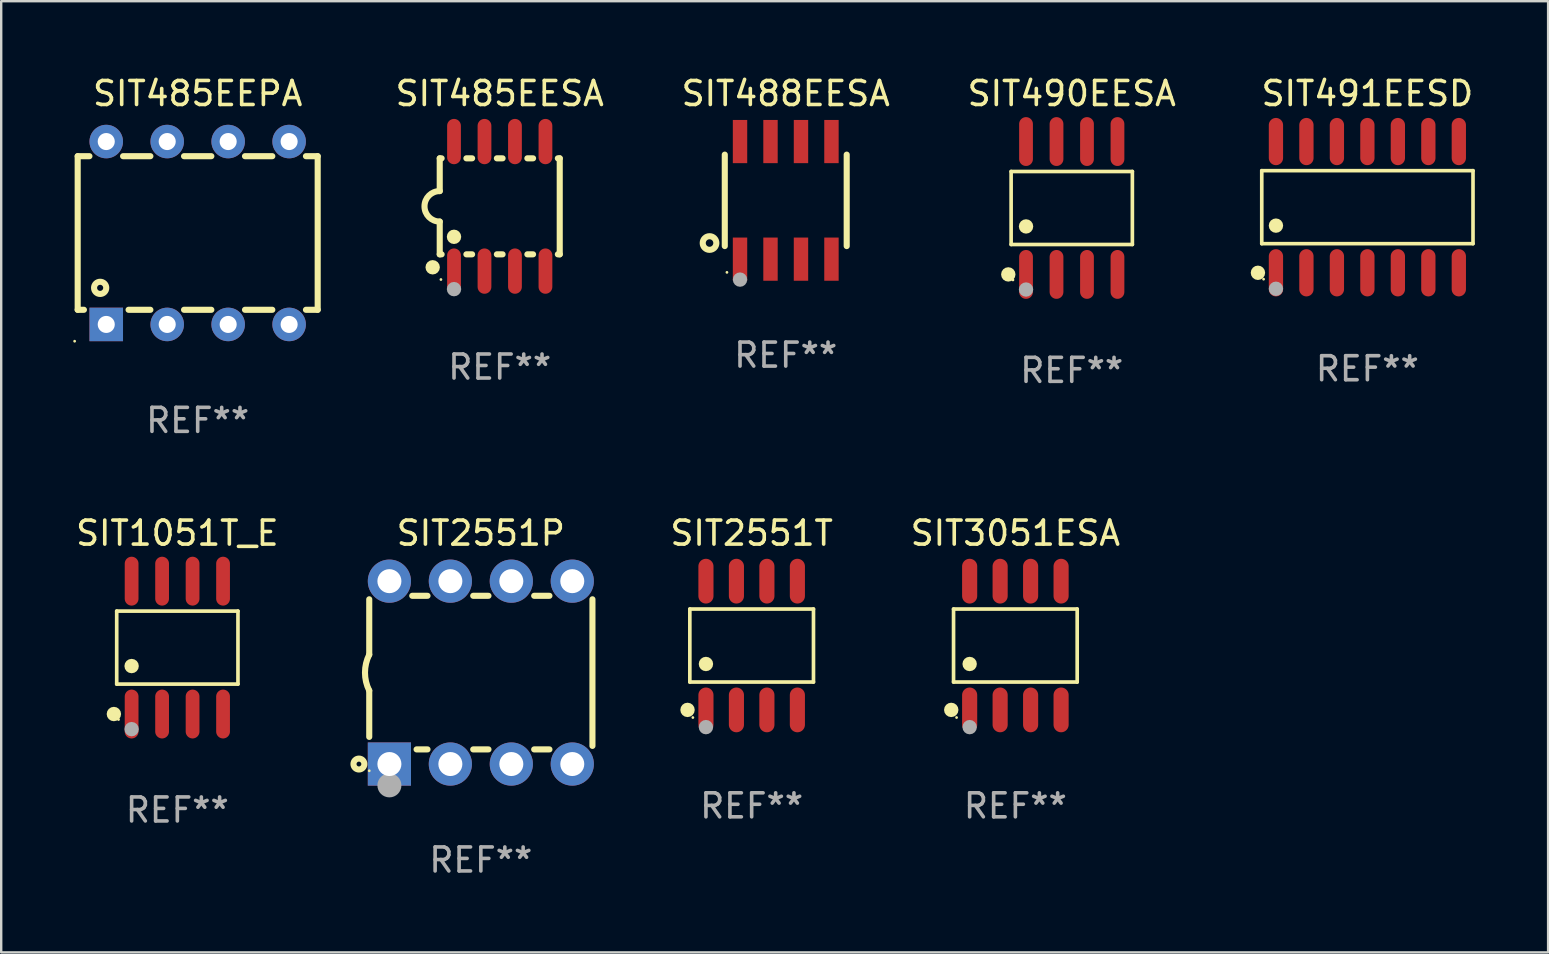
<source format=kicad_pcb>
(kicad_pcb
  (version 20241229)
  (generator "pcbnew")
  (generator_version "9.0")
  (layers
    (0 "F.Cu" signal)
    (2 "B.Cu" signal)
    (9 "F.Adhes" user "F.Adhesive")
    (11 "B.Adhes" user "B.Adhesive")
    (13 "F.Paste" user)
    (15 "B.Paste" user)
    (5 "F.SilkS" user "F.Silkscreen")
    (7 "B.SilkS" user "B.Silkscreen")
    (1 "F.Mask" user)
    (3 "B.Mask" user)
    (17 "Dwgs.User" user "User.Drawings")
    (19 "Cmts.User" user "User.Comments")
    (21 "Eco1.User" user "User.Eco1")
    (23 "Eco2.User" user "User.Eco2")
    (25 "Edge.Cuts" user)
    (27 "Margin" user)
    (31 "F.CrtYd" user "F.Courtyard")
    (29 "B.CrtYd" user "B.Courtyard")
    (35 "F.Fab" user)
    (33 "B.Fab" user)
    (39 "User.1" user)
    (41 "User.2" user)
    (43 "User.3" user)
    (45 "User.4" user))
  (footprint "SIT491EESD"
    (layer "F.Cu")
    (at 53.924 5.582)
    (property "Reference" "SIT491EESD" (at 0 -4.734 0) (layer "F.SilkS") (effects (font (size 1 1) (thickness 0.15))))
    (attr through_hole)
    (fp_line (start -4.401 -1.521) (end 4.401 -1.521) (stroke (width 0.152) (type solid)) (layer "F.SilkS"))
    (fp_line (start -4.401 1.521) (end -4.401 -1.521) (stroke (width 0.152) (type solid)) (layer "F.SilkS"))
    (fp_line (start 4.401 -1.521) (end 4.401 1.521) (stroke (width 0.152) (type solid)) (layer "F.SilkS"))
    (fp_line (start 4.401 1.521) (end -4.401 1.521) (stroke (width 0.152) (type solid)) (layer "F.SilkS"))
    (fp_circle (center -4.56 2.734) (end -4.41 2.734) (stroke (width 0.3) (type solid)) (fill no) (layer "F.SilkS"))
    (fp_circle (center -4.325 3) (end -4.295 3) (stroke (width 0.06) (type solid)) (fill no) (layer "F.SilkS"))
    (fp_circle (center -3.81 0.769) (end -3.66 0.769) (stroke (width 0.3) (type solid)) (fill no) (layer "F.SilkS"))
    (fp_circle (center -3.81 3.4) (end -3.66 3.4) (stroke (width 0.3) (type solid)) (fill no) (layer "F.Fab"))
    (fp_text user "REF**" (at 0 6.734 0) (layer "F.Fab") (effects (font (size 1 1) (thickness 0.15))))
    (pad "1" smd oval (at -3.81 2.734) (size 0.595 1.968) (layers "F.Cu" "F.Mask" "F.Paste"))
    (pad "2" smd oval (at -2.54 2.734) (size 0.595 1.968) (layers "F.Cu" "F.Mask" "F.Paste"))
    (pad "3" smd oval (at -1.27 2.734) (size 0.595 1.968) (layers "F.Cu" "F.Mask" "F.Paste"))
    (pad "4" smd oval (at 0 2.734) (size 0.595 1.968) (layers "F.Cu" "F.Mask" "F.Paste"))
    (pad "5" smd oval (at 1.27 2.734) (size 0.595 1.968) (layers "F.Cu" "F.Mask" "F.Paste"))
    (pad "6" smd oval (at 2.54 2.734) (size 0.595 1.968) (layers "F.Cu" "F.Mask" "F.Paste"))
    (pad "7" smd oval (at 3.81 2.734) (size 0.595 1.968) (layers "F.Cu" "F.Mask" "F.Paste"))
    (pad "8" smd oval (at 3.81 -2.734) (size 0.595 1.968) (layers "F.Cu" "F.Mask" "F.Paste"))
    (pad "9" smd oval (at 2.54 -2.734) (size 0.595 1.968) (layers "F.Cu" "F.Mask" "F.Paste"))
    (pad "10" smd oval (at 1.27 -2.734) (size 0.595 1.968) (layers "F.Cu" "F.Mask" "F.Paste"))
    (pad "11" smd oval (at 0 -2.734) (size 0.595 1.968) (layers "F.Cu" "F.Mask" "F.Paste"))
    (pad "12" smd oval (at -1.27 -2.734) (size 0.595 1.968) (layers "F.Cu" "F.Mask" "F.Paste"))
    (pad "13" smd oval (at -2.54 -2.734) (size 0.595 1.968) (layers "F.Cu" "F.Mask" "F.Paste"))
    (pad "14" smd oval (at -3.81 -2.734) (size 0.595 1.968) (layers "F.Cu" "F.Mask" "F.Paste")))
  (footprint "SIT3051ESA"
    (layer "F.Cu")
    (at 39.257 23.847)
    (property "Reference" "SIT3051ESA" (at 0 -4.682 0) (layer "F.SilkS") (effects (font (size 1 1) (thickness 0.15))))
    (attr through_hole)
    (fp_line (start -2.576 -1.521) (end 2.576 -1.521) (stroke (width 0.152) (type solid)) (layer "F.SilkS"))
    (fp_line (start -2.576 1.521) (end -2.576 -1.521) (stroke (width 0.152) (type solid)) (layer "F.SilkS"))
    (fp_line (start 2.576 -1.521) (end 2.576 1.521) (stroke (width 0.152) (type solid)) (layer "F.SilkS"))
    (fp_line (start 2.576 1.521) (end -2.576 1.521) (stroke (width 0.152) (type solid)) (layer "F.SilkS"))
    (fp_circle (center -2.672 2.682) (end -2.522 2.682) (stroke (width 0.3) (type solid)) (fill no) (layer "F.SilkS"))
    (fp_circle (center -2.45 3) (end -2.42 3) (stroke (width 0.06) (type solid)) (fill no) (layer "F.SilkS"))
    (fp_circle (center -1.905 0.769) (end -1.755 0.769) (stroke (width 0.3) (type solid)) (fill no) (layer "F.SilkS"))
    (fp_circle (center -1.905 3.4) (end -1.755 3.4) (stroke (width 0.3) (type solid)) (fill no) (layer "F.Fab"))
    (fp_text user "REF**" (at 0 6.682 0) (layer "F.Fab") (effects (font (size 1 1) (thickness 0.15))))
    (pad "1" smd oval (at -1.905 2.682) (size 0.63 1.865) (layers "F.Cu" "F.Mask" "F.Paste"))
    (pad "2" smd oval (at -0.635 2.682) (size 0.63 1.865) (layers "F.Cu" "F.Mask" "F.Paste"))
    (pad "3" smd oval (at 0.635 2.682) (size 0.63 1.865) (layers "F.Cu" "F.Mask" "F.Paste"))
    (pad "4" smd oval (at 1.905 2.682) (size 0.63 1.865) (layers "F.Cu" "F.Mask" "F.Paste"))
    (pad "5" smd oval (at 1.905 -2.682) (size 0.63 1.865) (layers "F.Cu" "F.Mask" "F.Paste"))
    (pad "6" smd oval (at 0.635 -2.682) (size 0.63 1.865) (layers "F.Cu" "F.Mask" "F.Paste"))
    (pad "7" smd oval (at -0.635 -2.682) (size 0.63 1.865) (layers "F.Cu" "F.Mask" "F.Paste"))
    (pad "8" smd oval (at -1.905 -2.682) (size 0.63 1.865) (layers "F.Cu" "F.Mask" "F.Paste")))
  (footprint "SIT2551T"
    (layer "F.Cu")
    (at 28.269 23.847)
    (property "Reference" "SIT2551T" (at 0 -4.682 0) (layer "F.SilkS") (effects (font (size 1 1) (thickness 0.15))))
    (attr through_hole)
    (fp_line (start -2.576 -1.521) (end 2.576 -1.521) (stroke (width 0.152) (type solid)) (layer "F.SilkS"))
    (fp_line (start -2.576 1.521) (end -2.576 -1.521) (stroke (width 0.152) (type solid)) (layer "F.SilkS"))
    (fp_line (start 2.576 -1.521) (end 2.576 1.521) (stroke (width 0.152) (type solid)) (layer "F.SilkS"))
    (fp_line (start 2.576 1.521) (end -2.576 1.521) (stroke (width 0.152) (type solid)) (layer "F.SilkS"))
    (fp_circle (center -2.672 2.682) (end -2.522 2.682) (stroke (width 0.3) (type solid)) (fill no) (layer "F.SilkS"))
    (fp_circle (center -2.45 3) (end -2.42 3) (stroke (width 0.06) (type solid)) (fill no) (layer "F.SilkS"))
    (fp_circle (center -1.905 0.769) (end -1.755 0.769) (stroke (width 0.3) (type solid)) (fill no) (layer "F.SilkS"))
    (fp_circle (center -1.905 3.4) (end -1.755 3.4) (stroke (width 0.3) (type solid)) (fill no) (layer "F.Fab"))
    (fp_text user "REF**" (at 0 6.682 0) (layer "F.Fab") (effects (font (size 1 1) (thickness 0.15))))
    (pad "1" smd oval (at -1.905 2.682) (size 0.63 1.865) (layers "F.Cu" "F.Mask" "F.Paste"))
    (pad "2" smd oval (at -0.635 2.682) (size 0.63 1.865) (layers "F.Cu" "F.Mask" "F.Paste"))
    (pad "3" smd oval (at 0.635 2.682) (size 0.63 1.865) (layers "F.Cu" "F.Mask" "F.Paste"))
    (pad "4" smd oval (at 1.905 2.682) (size 0.63 1.865) (layers "F.Cu" "F.Mask" "F.Paste"))
    (pad "5" smd oval (at 1.905 -2.682) (size 0.63 1.865) (layers "F.Cu" "F.Mask" "F.Paste"))
    (pad "6" smd oval (at 0.635 -2.682) (size 0.63 1.865) (layers "F.Cu" "F.Mask" "F.Paste"))
    (pad "7" smd oval (at -0.635 -2.682) (size 0.63 1.865) (layers "F.Cu" "F.Mask" "F.Paste"))
    (pad "8" smd oval (at -1.905 -2.682) (size 0.63 1.865) (layers "F.Cu" "F.Mask" "F.Paste")))
  (footprint "SIT490EESA"
    (layer "F.Cu")
    (at 41.606 5.616)
    (property "Reference" "SIT490EESA" (at 0 -4.768 0) (layer "F.SilkS") (effects (font (size 1 1) (thickness 0.15))))
    (attr through_hole)
    (fp_line (start -2.526 -1.521) (end 2.526 -1.521) (stroke (width 0.152) (type solid)) (layer "F.SilkS"))
    (fp_line (start -2.526 1.521) (end -2.526 -1.521) (stroke (width 0.152) (type solid)) (layer "F.SilkS"))
    (fp_line (start 2.526 -1.521) (end 2.526 1.521) (stroke (width 0.152) (type solid)) (layer "F.SilkS"))
    (fp_line (start 2.526 1.521) (end -2.526 1.521) (stroke (width 0.152) (type solid)) (layer "F.SilkS"))
    (fp_circle (center -2.644 2.768) (end -2.494 2.768) (stroke (width 0.3) (type solid)) (fill no) (layer "F.SilkS"))
    (fp_circle (center -2.45 2.998) (end -2.42 2.998) (stroke (width 0.06) (type solid)) (fill no) (layer "F.SilkS"))
    (fp_circle (center -1.905 0.769) (end -1.755 0.769) (stroke (width 0.3) (type solid)) (fill no) (layer "F.SilkS"))
    (fp_circle (center -1.905 3.398) (end -1.755 3.398) (stroke (width 0.3) (type solid)) (fill no) (layer "F.Fab"))
    (fp_text user "REF**" (at 0 6.768 0) (layer "F.Fab") (effects (font (size 1 1) (thickness 0.15))))
    (pad "1" smd oval (at -1.905 2.768) (size 0.574 2.036) (layers "F.Cu" "F.Mask" "F.Paste"))
    (pad "2" smd oval (at -0.635 2.768) (size 0.574 2.036) (layers "F.Cu" "F.Mask" "F.Paste"))
    (pad "3" smd oval (at 0.635 2.768) (size 0.574 2.036) (layers "F.Cu" "F.Mask" "F.Paste"))
    (pad "4" smd oval (at 1.905 2.768) (size 0.574 2.036) (layers "F.Cu" "F.Mask" "F.Paste"))
    (pad "5" smd oval (at 1.905 -2.768) (size 0.574 2.036) (layers "F.Cu" "F.Mask" "F.Paste"))
    (pad "6" smd oval (at 0.635 -2.768) (size 0.574 2.036) (layers "F.Cu" "F.Mask" "F.Paste"))
    (pad "7" smd oval (at -0.635 -2.768) (size 0.574 2.036) (layers "F.Cu" "F.Mask" "F.Paste"))
    (pad "8" smd oval (at -1.905 -2.768) (size 0.574 2.036) (layers "F.Cu" "F.Mask" "F.Paste")))
  (footprint "SIT488EESA"
    (layer "F.Cu")
    (at 29.689 5.298)
    (property "Reference" "SIT488EESA" (at 0 -4.45 0) (layer "F.SilkS") (effects (font (size 1 1) (thickness 0.15))))
    (attr through_hole)
    (fp_line (start -2.54 -1.905) (end -2.54 1.905) (stroke (width 0.254) (type solid)) (layer "F.SilkS"))
    (fp_line (start 2.54 -1.905) (end 2.54 1.905) (stroke (width 0.254) (type solid)) (layer "F.SilkS"))
    (fp_circle (center -3.175 1.778) (end -2.891 1.778) (stroke (width 0.254) (type solid)) (fill no) (layer "F.SilkS"))
    (fp_circle (center -2.45 3) (end -2.42 3) (stroke (width 0.06) (type solid)) (fill no) (layer "F.SilkS"))
    (fp_circle (center -1.905 3.302) (end -1.755 3.302) (stroke (width 0.3) (type solid)) (fill no) (layer "F.Fab"))
    (fp_text user "REF**" (at 0 6.45 0) (layer "F.Fab") (effects (font (size 1 1) (thickness 0.15))))
    (pad "1" smd rect (at -1.905 2.45) (size 0.6 1.8) (layers "F.Cu" "F.Mask" "F.Paste"))
    (pad "2" smd rect (at -0.635 2.45) (size 0.6 1.8) (layers "F.Cu" "F.Mask" "F.Paste"))
    (pad "3" smd rect (at 0.635 2.45) (size 0.6 1.8) (layers "F.Cu" "F.Mask" "F.Paste"))
    (pad "4" smd rect (at 1.905 2.45) (size 0.6 1.8) (layers "F.Cu" "F.Mask" "F.Paste"))
    (pad "5" smd rect (at 1.905 -2.45 180) (size 0.6 1.8) (layers "F.Cu" "F.Mask" "F.Paste"))
    (pad "6" smd rect (at 0.635 -2.45 180) (size 0.6 1.8) (layers "F.Cu" "F.Mask" "F.Paste"))
    (pad "7" smd rect (at -0.635 -2.45 180) (size 0.6 1.8) (layers "F.Cu" "F.Mask" "F.Paste"))
    (pad "8" smd rect (at -1.905 -2.45 180) (size 0.6 1.8) (layers "F.Cu" "F.Mask" "F.Paste")))
  (footprint "SIT1051T_E"
    (layer "F.Cu")
    (at 4.339 23.933)
    (property "Reference" "SIT1051T_E" (at 0 -4.768 0) (layer "F.SilkS") (effects (font (size 1 1) (thickness 0.15))))
    (attr through_hole)
    (fp_line (start -2.526 -1.521) (end 2.526 -1.521) (stroke (width 0.152) (type solid)) (layer "F.SilkS"))
    (fp_line (start -2.526 1.521) (end -2.526 -1.521) (stroke (width 0.152) (type solid)) (layer "F.SilkS"))
    (fp_line (start 2.526 -1.521) (end 2.526 1.521) (stroke (width 0.152) (type solid)) (layer "F.SilkS"))
    (fp_line (start 2.526 1.521) (end -2.526 1.521) (stroke (width 0.152) (type solid)) (layer "F.SilkS"))
    (fp_circle (center -2.644 2.768) (end -2.494 2.768) (stroke (width 0.3) (type solid)) (fill no) (layer "F.SilkS"))
    (fp_circle (center -2.45 2.998) (end -2.42 2.998) (stroke (width 0.06) (type solid)) (fill no) (layer "F.SilkS"))
    (fp_circle (center -1.905 0.769) (end -1.755 0.769) (stroke (width 0.3) (type solid)) (fill no) (layer "F.SilkS"))
    (fp_circle (center -1.905 3.398) (end -1.755 3.398) (stroke (width 0.3) (type solid)) (fill no) (layer "F.Fab"))
    (fp_text user "REF**" (at 0 6.768 0) (layer "F.Fab") (effects (font (size 1 1) (thickness 0.15))))
    (pad "1" smd oval (at -1.905 2.768) (size 0.574 2.036) (layers "F.Cu" "F.Mask" "F.Paste"))
    (pad "2" smd oval (at -0.635 2.768) (size 0.574 2.036) (layers "F.Cu" "F.Mask" "F.Paste"))
    (pad "3" smd oval (at 0.635 2.768) (size 0.574 2.036) (layers "F.Cu" "F.Mask" "F.Paste"))
    (pad "4" smd oval (at 1.905 2.768) (size 0.574 2.036) (layers "F.Cu" "F.Mask" "F.Paste"))
    (pad "5" smd oval (at 1.905 -2.768) (size 0.574 2.036) (layers "F.Cu" "F.Mask" "F.Paste"))
    (pad "6" smd oval (at 0.635 -2.768) (size 0.574 2.036) (layers "F.Cu" "F.Mask" "F.Paste"))
    (pad "7" smd oval (at -0.635 -2.768) (size 0.574 2.036) (layers "F.Cu" "F.Mask" "F.Paste"))
    (pad "8" smd oval (at -1.905 -2.768) (size 0.574 2.036) (layers "F.Cu" "F.Mask" "F.Paste")))
  (footprint "SIT2551P"
    (layer "F.Cu")
    (at 16.985 24.975)
    (property "Reference" "SIT2551P" (at 0 -5.81 0) (layer "F.SilkS") (effects (font (size 1 1) (thickness 0.15))))
    (attr through_hole)
    (fp_line (start -4.65 0.749) (end -4.65 2.679) (stroke (width 0.254) (type solid)) (layer "F.SilkS"))
    (fp_line (start -4.65 -0.75) (end -4.65 -3.054) (stroke (width 0.254) (type solid)) (layer "F.SilkS"))
    (fp_line (start -2.222 -3.2) (end -2.858 -3.2) (stroke (width 0.254) (type solid)) (layer "F.SilkS"))
    (fp_line (start -2.222 3.2) (end -2.678 3.2) (stroke (width 0.254) (type solid)) (layer "F.SilkS"))
    (fp_line (start 0.318 -3.2) (end -0.318 -3.2) (stroke (width 0.254) (type solid)) (layer "F.SilkS"))
    (fp_line (start 0.318 3.2) (end -0.318 3.2) (stroke (width 0.254) (type solid)) (layer "F.SilkS"))
    (fp_line (start 2.858 -3.2) (end 2.222 -3.2) (stroke (width 0.254) (type solid)) (layer "F.SilkS"))
    (fp_line (start 2.858 3.2) (end 2.222 3.2) (stroke (width 0.254) (type solid)) (layer "F.SilkS"))
    (fp_line (start 4.65 -3.054) (end 4.65 3.054) (stroke (width 0.254) (type solid)) (layer "F.SilkS"))
    (fp_arc (start -4.650381 0.749301) (mid -4.827099 -0.000443) (end -4.649644 -0.750013) (stroke (width 0.254001) (type solid)) (layer "F.SilkS"))
    (fp_circle (center -5.08 3.81) (end -4.98 3.81) (stroke (width 0.254) (type solid)) (fill no) (layer "F.SilkS"))
    (fp_circle (center -4.65 4.09) (end -4.62 4.09) (stroke (width 0.06) (type solid)) (fill no) (layer "F.SilkS"))
    (fp_circle (center -3.81 4.699) (end -3.56 4.699) (stroke (width 0.5) (type solid)) (fill no) (layer "F.Fab"))
    (fp_text user "REF**" (at 0 7.81 0) (layer "F.Fab") (effects (font (size 1 1) (thickness 0.15))))
    (pad "1" thru_hole rect (at -3.81 3.81) (size 1.8 1.8) (drill 1) (layers "*.Cu" "*.Mask"))
    (pad "2" thru_hole circle (at -1.27 3.81) (size 1.8 1.8) (drill 1) (layers "*.Cu" "*.Mask"))
    (pad "3" thru_hole circle (at 1.27 3.81) (size 1.8 1.8) (drill 1) (layers "*.Cu" "*.Mask"))
    (pad "4" thru_hole circle (at 3.81 3.81) (size 1.8 1.8) (drill 1) (layers "*.Cu" "*.Mask"))
    (pad "5" thru_hole circle (at 3.81 -3.81) (size 1.8 1.8) (drill 1) (layers "*.Cu" "*.Mask"))
    (pad "6" thru_hole circle (at 1.27 -3.81) (size 1.8 1.8) (drill 1) (layers "*.Cu" "*.Mask"))
    (pad "7" thru_hole circle (at -1.27 -3.81) (size 1.8 1.8) (drill 1) (layers "*.Cu" "*.Mask"))
    (pad "8" thru_hole circle (at -3.81 -3.81) (size 1.8 1.8) (drill 1) (layers "*.Cu" "*.Mask")))
  (footprint "SIT485EESA"
    (layer "F.Cu")
    (at 17.772 5.547)
    (property "Reference" "SIT485EESA" (at 0 -4.699 0) (layer "F.SilkS") (effects (font (size 1 1) (thickness 0.15))))
    (attr through_hole)
    (fp_line (start -2.5 -2) (end -2.5 -0.635) (stroke (width 0.254) (type solid)) (layer "F.SilkS"))
    (fp_line (start -2.5 -2) (end -2.421 -2) (stroke (width 0.254) (type solid)) (layer "F.SilkS"))
    (fp_line (start -2.5 2) (end -2.5 0.635) (stroke (width 0.254) (type solid)) (layer "F.SilkS"))
    (fp_line (start -2.5 2) (end -2.421 2) (stroke (width 0.254) (type solid)) (layer "F.SilkS"))
    (fp_line (start -1.389 -2) (end -1.151 -2) (stroke (width 0.254) (type solid)) (layer "F.SilkS"))
    (fp_line (start -1.389 2) (end -1.151 2) (stroke (width 0.254) (type solid)) (layer "F.SilkS"))
    (fp_line (start -0.119 -2) (end 0.119 -2) (stroke (width 0.254) (type solid)) (layer "F.SilkS"))
    (fp_line (start -0.119 2) (end 0.119 2) (stroke (width 0.254) (type solid)) (layer "F.SilkS"))
    (fp_line (start 1.151 -2) (end 1.389 -2) (stroke (width 0.254) (type solid)) (layer "F.SilkS"))
    (fp_line (start 1.151 2) (end 1.389 2) (stroke (width 0.254) (type solid)) (layer "F.SilkS"))
    (fp_line (start 2.421 -2) (end 2.5 -2) (stroke (width 0.254) (type solid)) (layer "F.SilkS"))
    (fp_line (start 2.421 2) (end 2.5 2) (stroke (width 0.254) (type solid)) (layer "F.SilkS"))
    (fp_line (start 2.5 -2) (end 2.5 2) (stroke (width 0.254) (type solid)) (layer "F.SilkS"))
    (fp_arc (start -2.5 0.635001) (mid -3.134366 -0.000318) (end -2.499365 -0.635001) (stroke (width 0.254001) (type solid)) (layer "F.SilkS"))
    (fp_circle (center -2.794 2.54) (end -2.644 2.54) (stroke (width 0.3) (type solid)) (fill no) (layer "F.SilkS"))
    (fp_circle (center -2.45 3.05) (end -2.42 3.05) (stroke (width 0.06) (type solid)) (fill no) (layer "F.SilkS"))
    (fp_circle (center -1.905 1.27) (end -1.755 1.27) (stroke (width 0.3) (type solid)) (fill no) (layer "F.SilkS"))
    (fp_circle (center -1.905 3.45) (end -1.755 3.45) (stroke (width 0.3) (type solid)) (fill no) (layer "F.Fab"))
    (fp_text user "REF**" (at 0 6.699 0) (layer "F.Fab") (effects (font (size 1 1) (thickness 0.15))))
    (pad "1" smd oval (at -1.905 2.699) (size 0.574 1.888) (layers "F.Cu" "F.Mask" "F.Paste"))
    (pad "2" smd oval (at -0.635 2.699) (size 0.574 1.888) (layers "F.Cu" "F.Mask" "F.Paste"))
    (pad "3" smd oval (at 0.635 2.699) (size 0.574 1.888) (layers "F.Cu" "F.Mask" "F.Paste"))
    (pad "4" smd oval (at 1.905 2.699) (size 0.574 1.888) (layers "F.Cu" "F.Mask" "F.Paste"))
    (pad "5" smd oval (at 1.905 -2.699) (size 0.574 1.888) (layers "F.Cu" "F.Mask" "F.Paste"))
    (pad "6" smd oval (at 0.635 -2.699) (size 0.574 1.888) (layers "F.Cu" "F.Mask" "F.Paste"))
    (pad "7" smd oval (at -0.635 -2.699) (size 0.574 1.888) (layers "F.Cu" "F.Mask" "F.Paste"))
    (pad "8" smd oval (at -1.905 -2.699) (size 0.574 1.888) (layers "F.Cu" "F.Mask" "F.Paste")))
  (footprint "SIT485EEPA"
    (layer "F.Cu")
    (at 5.187 6.658)
    (property "Reference" "SIT485EEPA" (at 0 -5.81 0) (layer "F.SilkS") (effects (font (size 1 1) (thickness 0.15))))
    (attr through_hole)
    (fp_line (start -5 -3.2) (end -5 3.2) (stroke (width 0.254) (type solid)) (layer "F.SilkS"))
    (fp_line (start -5 -3.2) (end -4.511 -3.2) (stroke (width 0.254) (type solid)) (layer "F.SilkS"))
    (fp_line (start -5 3.2) (end -4.74 3.2) (stroke (width 0.254) (type solid)) (layer "F.SilkS"))
    (fp_line (start -3.109 -3.2) (end -1.971 -3.2) (stroke (width 0.254) (type solid)) (layer "F.SilkS"))
    (fp_line (start -2.88 3.2) (end -1.971 3.2) (stroke (width 0.254) (type solid)) (layer "F.SilkS"))
    (fp_line (start -0.569 -3.2) (end 0.569 -3.2) (stroke (width 0.254) (type solid)) (layer "F.SilkS"))
    (fp_line (start -0.569 3.2) (end 0.569 3.2) (stroke (width 0.254) (type solid)) (layer "F.SilkS"))
    (fp_line (start 1.971 -3.2) (end 3.109 -3.2) (stroke (width 0.254) (type solid)) (layer "F.SilkS"))
    (fp_line (start 1.971 3.2) (end 3.109 3.2) (stroke (width 0.254) (type solid)) (layer "F.SilkS"))
    (fp_line (start 4.511 -3.2) (end 5 -3.2) (stroke (width 0.254) (type solid)) (layer "F.SilkS"))
    (fp_line (start 4.511 3.2) (end 5 3.2) (stroke (width 0.254) (type solid)) (layer "F.SilkS"))
    (fp_line (start 5 -3.2) (end 5 3.2) (stroke (width 0.254) (type solid)) (layer "F.SilkS"))
    (fp_circle (center -5.127 4.509) (end -5.097 4.509) (stroke (width 0.06) (type solid)) (fill no) (layer "F.SilkS"))
    (fp_circle (center -4.064 2.286) (end -3.81 2.286) (stroke (width 0.254) (type solid)) (fill no) (layer "F.SilkS"))
    (fp_text user "REF**" (at 0 7.81 0) (layer "F.Fab") (effects (font (size 1 1) (thickness 0.15))))
    (pad "1" thru_hole rect (at -3.81 3.81) (size 1.397 1.397) (drill 0.711) (layers "*.Cu" "*.Mask"))
    (pad "2" thru_hole circle (at -1.27 3.81) (size 1.397 1.397) (drill 0.711) (layers "*.Cu" "*.Mask"))
    (pad "3" thru_hole circle (at 1.27 3.81) (size 1.397 1.397) (drill 0.711) (layers "*.Cu" "*.Mask"))
    (pad "4" thru_hole circle (at 3.81 3.81) (size 1.397 1.397) (drill 0.711) (layers "*.Cu" "*.Mask"))
    (pad "5" thru_hole circle (at 3.81 -3.81) (size 1.397 1.397) (drill 0.711) (layers "*.Cu" "*.Mask"))
    (pad "6" thru_hole circle (at 1.27 -3.81) (size 1.397 1.397) (drill 0.711) (layers "*.Cu" "*.Mask"))
    (pad "7" thru_hole circle (at -1.27 -3.81) (size 1.397 1.397) (drill 0.711) (layers "*.Cu" "*.Mask"))
    (pad "8" thru_hole circle (at -3.81 -3.81) (size 1.397 1.397) (drill 0.711) (layers "*.Cu" "*.Mask")))
  (gr_rect
    (start -3 -3)
    (end 61.454 36.633)
    (stroke (width 0.1) (type default))
    (fill no)
    (layer "Edge.Cuts")))
</source>
